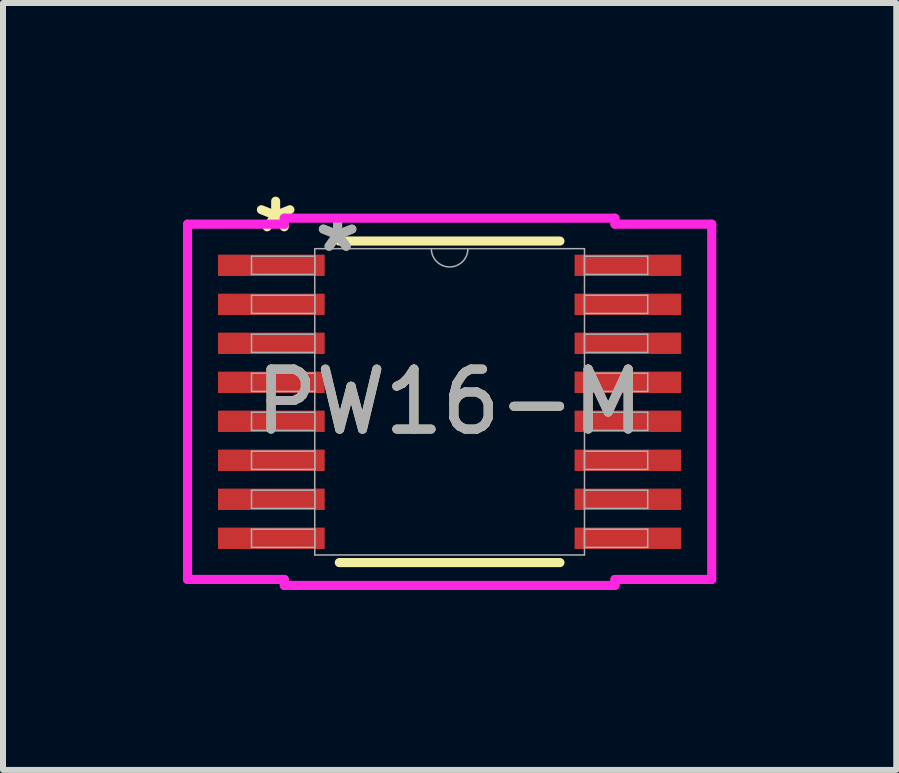
<source format=kicad_pcb>
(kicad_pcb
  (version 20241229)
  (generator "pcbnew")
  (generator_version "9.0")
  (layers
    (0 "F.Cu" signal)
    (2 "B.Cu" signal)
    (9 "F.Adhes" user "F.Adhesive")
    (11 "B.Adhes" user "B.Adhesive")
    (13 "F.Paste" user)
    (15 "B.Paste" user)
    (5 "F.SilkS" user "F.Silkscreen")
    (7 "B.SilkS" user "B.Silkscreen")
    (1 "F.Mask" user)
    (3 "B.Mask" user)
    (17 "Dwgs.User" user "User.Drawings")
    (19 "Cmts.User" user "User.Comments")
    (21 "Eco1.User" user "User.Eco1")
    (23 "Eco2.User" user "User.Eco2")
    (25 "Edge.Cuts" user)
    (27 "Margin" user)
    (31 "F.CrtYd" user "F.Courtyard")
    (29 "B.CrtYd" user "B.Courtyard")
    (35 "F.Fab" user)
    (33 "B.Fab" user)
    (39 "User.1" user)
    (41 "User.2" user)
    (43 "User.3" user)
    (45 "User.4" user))
  (footprint "PW16-M"
    (layer "F.Cu")
    (at 4.445 3.648)
    (property "Reference" "PW16-M" (at 0 0 0) (unlocked yes) (layer "F.SilkS") (effects (font (size 1 1) (thickness 0.15))))
    (attr smd allow_soldermask_bridges)
    (fp_line (start -1.839 2.68) (end 1.839 2.68) (stroke (width 0.152) (type solid)) (layer "F.SilkS"))
    (fp_line (start 1.839 -2.68) (end -1.839 -2.68) (stroke (width 0.152) (type solid)) (layer "F.SilkS"))
    (fp_line (start -4.369 -2.961) (end -2.756 -2.961) (stroke (width 0.152) (type solid)) (layer "F.CrtYd"))
    (fp_line (start -4.369 2.961) (end -4.369 -2.961) (stroke (width 0.152) (type solid)) (layer "F.CrtYd"))
    (fp_line (start -4.369 2.961) (end -2.756 2.961) (stroke (width 0.152) (type solid)) (layer "F.CrtYd"))
    (fp_line (start -2.756 -3.061) (end 2.756 -3.061) (stroke (width 0.152) (type solid)) (layer "F.CrtYd"))
    (fp_line (start -2.756 -2.961) (end -2.756 -3.061) (stroke (width 0.152) (type solid)) (layer "F.CrtYd"))
    (fp_line (start -2.756 3.061) (end -2.756 2.961) (stroke (width 0.152) (type solid)) (layer "F.CrtYd"))
    (fp_line (start 2.756 -3.061) (end 2.756 -2.961) (stroke (width 0.152) (type solid)) (layer "F.CrtYd"))
    (fp_line (start 2.756 2.961) (end 2.756 3.061) (stroke (width 0.152) (type solid)) (layer "F.CrtYd"))
    (fp_line (start 2.756 3.061) (end -2.756 3.061) (stroke (width 0.152) (type solid)) (layer "F.CrtYd"))
    (fp_line (start 4.369 -2.961) (end 2.756 -2.961) (stroke (width 0.152) (type solid)) (layer "F.CrtYd"))
    (fp_line (start 4.369 -2.961) (end 4.369 2.961) (stroke (width 0.152) (type solid)) (layer "F.CrtYd"))
    (fp_line (start 4.369 2.961) (end 2.756 2.961) (stroke (width 0.152) (type solid)) (layer "F.CrtYd"))
    (fp_line (start -3.302 -2.427) (end -3.302 -2.123) (stroke (width 0.025) (type solid)) (layer "F.Fab"))
    (fp_line (start -3.302 -2.123) (end -2.248 -2.123) (stroke (width 0.025) (type solid)) (layer "F.Fab"))
    (fp_line (start -3.302 -1.777) (end -3.302 -1.473) (stroke (width 0.025) (type solid)) (layer "F.Fab"))
    (fp_line (start -3.302 -1.473) (end -2.248 -1.473) (stroke (width 0.025) (type solid)) (layer "F.Fab"))
    (fp_line (start -3.302 -1.127) (end -3.302 -0.823) (stroke (width 0.025) (type solid)) (layer "F.Fab"))
    (fp_line (start -3.302 -0.823) (end -2.248 -0.823) (stroke (width 0.025) (type solid)) (layer "F.Fab"))
    (fp_line (start -3.302 -0.477) (end -3.302 -0.173) (stroke (width 0.025) (type solid)) (layer "F.Fab"))
    (fp_line (start -3.302 -0.173) (end -2.248 -0.173) (stroke (width 0.025) (type solid)) (layer "F.Fab"))
    (fp_line (start -3.302 0.173) (end -3.302 0.477) (stroke (width 0.025) (type solid)) (layer "F.Fab"))
    (fp_line (start -3.302 0.477) (end -2.248 0.477) (stroke (width 0.025) (type solid)) (layer "F.Fab"))
    (fp_line (start -3.302 0.823) (end -3.302 1.127) (stroke (width 0.025) (type solid)) (layer "F.Fab"))
    (fp_line (start -3.302 1.127) (end -2.248 1.127) (stroke (width 0.025) (type solid)) (layer "F.Fab"))
    (fp_line (start -3.302 1.473) (end -3.302 1.777) (stroke (width 0.025) (type solid)) (layer "F.Fab"))
    (fp_line (start -3.302 1.777) (end -2.248 1.777) (stroke (width 0.025) (type solid)) (layer "F.Fab"))
    (fp_line (start -3.302 2.123) (end -3.302 2.427) (stroke (width 0.025) (type solid)) (layer "F.Fab"))
    (fp_line (start -3.302 2.427) (end -2.248 2.427) (stroke (width 0.025) (type solid)) (layer "F.Fab"))
    (fp_line (start -2.248 -2.553) (end -2.248 2.553) (stroke (width 0.025) (type solid)) (layer "F.Fab"))
    (fp_line (start -2.248 -2.427) (end -3.302 -2.427) (stroke (width 0.025) (type solid)) (layer "F.Fab"))
    (fp_line (start -2.248 -2.123) (end -2.248 -2.427) (stroke (width 0.025) (type solid)) (layer "F.Fab"))
    (fp_line (start -2.248 -1.777) (end -3.302 -1.777) (stroke (width 0.025) (type solid)) (layer "F.Fab"))
    (fp_line (start -2.248 -1.473) (end -2.248 -1.777) (stroke (width 0.025) (type solid)) (layer "F.Fab"))
    (fp_line (start -2.248 -1.127) (end -3.302 -1.127) (stroke (width 0.025) (type solid)) (layer "F.Fab"))
    (fp_line (start -2.248 -0.823) (end -2.248 -1.127) (stroke (width 0.025) (type solid)) (layer "F.Fab"))
    (fp_line (start -2.248 -0.477) (end -3.302 -0.477) (stroke (width 0.025) (type solid)) (layer "F.Fab"))
    (fp_line (start -2.248 -0.173) (end -2.248 -0.477) (stroke (width 0.025) (type solid)) (layer "F.Fab"))
    (fp_line (start -2.248 0.173) (end -3.302 0.173) (stroke (width 0.025) (type solid)) (layer "F.Fab"))
    (fp_line (start -2.248 0.477) (end -2.248 0.173) (stroke (width 0.025) (type solid)) (layer "F.Fab"))
    (fp_line (start -2.248 0.823) (end -3.302 0.823) (stroke (width 0.025) (type solid)) (layer "F.Fab"))
    (fp_line (start -2.248 1.127) (end -2.248 0.823) (stroke (width 0.025) (type solid)) (layer "F.Fab"))
    (fp_line (start -2.248 1.473) (end -3.302 1.473) (stroke (width 0.025) (type solid)) (layer "F.Fab"))
    (fp_line (start -2.248 1.777) (end -2.248 1.473) (stroke (width 0.025) (type solid)) (layer "F.Fab"))
    (fp_line (start -2.248 2.123) (end -3.302 2.123) (stroke (width 0.025) (type solid)) (layer "F.Fab"))
    (fp_line (start -2.248 2.427) (end -2.248 2.123) (stroke (width 0.025) (type solid)) (layer "F.Fab"))
    (fp_line (start -2.248 2.553) (end 2.248 2.553) (stroke (width 0.025) (type solid)) (layer "F.Fab"))
    (fp_line (start 2.248 -2.553) (end -2.248 -2.553) (stroke (width 0.025) (type solid)) (layer "F.Fab"))
    (fp_line (start 2.248 -2.427) (end 2.248 -2.123) (stroke (width 0.025) (type solid)) (layer "F.Fab"))
    (fp_line (start 2.248 -2.123) (end 3.302 -2.123) (stroke (width 0.025) (type solid)) (layer "F.Fab"))
    (fp_line (start 2.248 -1.777) (end 2.248 -1.473) (stroke (width 0.025) (type solid)) (layer "F.Fab"))
    (fp_line (start 2.248 -1.473) (end 3.302 -1.473) (stroke (width 0.025) (type solid)) (layer "F.Fab"))
    (fp_line (start 2.248 -1.127) (end 2.248 -0.823) (stroke (width 0.025) (type solid)) (layer "F.Fab"))
    (fp_line (start 2.248 -0.823) (end 3.302 -0.823) (stroke (width 0.025) (type solid)) (layer "F.Fab"))
    (fp_line (start 2.248 -0.477) (end 2.248 -0.173) (stroke (width 0.025) (type solid)) (layer "F.Fab"))
    (fp_line (start 2.248 -0.173) (end 3.302 -0.173) (stroke (width 0.025) (type solid)) (layer "F.Fab"))
    (fp_line (start 2.248 0.173) (end 2.248 0.477) (stroke (width 0.025) (type solid)) (layer "F.Fab"))
    (fp_line (start 2.248 0.477) (end 3.302 0.477) (stroke (width 0.025) (type solid)) (layer "F.Fab"))
    (fp_line (start 2.248 0.823) (end 2.248 1.127) (stroke (width 0.025) (type solid)) (layer "F.Fab"))
    (fp_line (start 2.248 1.127) (end 3.302 1.127) (stroke (width 0.025) (type solid)) (layer "F.Fab"))
    (fp_line (start 2.248 1.473) (end 2.248 1.777) (stroke (width 0.025) (type solid)) (layer "F.Fab"))
    (fp_line (start 2.248 1.777) (end 3.302 1.777) (stroke (width 0.025) (type solid)) (layer "F.Fab"))
    (fp_line (start 2.248 2.123) (end 2.248 2.427) (stroke (width 0.025) (type solid)) (layer "F.Fab"))
    (fp_line (start 2.248 2.427) (end 3.302 2.427) (stroke (width 0.025) (type solid)) (layer "F.Fab"))
    (fp_line (start 2.248 2.553) (end 2.248 -2.553) (stroke (width 0.025) (type solid)) (layer "F.Fab"))
    (fp_line (start 3.302 -2.427) (end 2.248 -2.427) (stroke (width 0.025) (type solid)) (layer "F.Fab"))
    (fp_line (start 3.302 -2.123) (end 3.302 -2.427) (stroke (width 0.025) (type solid)) (layer "F.Fab"))
    (fp_line (start 3.302 -1.777) (end 2.248 -1.777) (stroke (width 0.025) (type solid)) (layer "F.Fab"))
    (fp_line (start 3.302 -1.473) (end 3.302 -1.777) (stroke (width 0.025) (type solid)) (layer "F.Fab"))
    (fp_line (start 3.302 -1.127) (end 2.248 -1.127) (stroke (width 0.025) (type solid)) (layer "F.Fab"))
    (fp_line (start 3.302 -0.823) (end 3.302 -1.127) (stroke (width 0.025) (type solid)) (layer "F.Fab"))
    (fp_line (start 3.302 -0.477) (end 2.248 -0.477) (stroke (width 0.025) (type solid)) (layer "F.Fab"))
    (fp_line (start 3.302 -0.173) (end 3.302 -0.477) (stroke (width 0.025) (type solid)) (layer "F.Fab"))
    (fp_line (start 3.302 0.173) (end 2.248 0.173) (stroke (width 0.025) (type solid)) (layer "F.Fab"))
    (fp_line (start 3.302 0.477) (end 3.302 0.173) (stroke (width 0.025) (type solid)) (layer "F.Fab"))
    (fp_line (start 3.302 0.823) (end 2.248 0.823) (stroke (width 0.025) (type solid)) (layer "F.Fab"))
    (fp_line (start 3.302 1.127) (end 3.302 0.823) (stroke (width 0.025) (type solid)) (layer "F.Fab"))
    (fp_line (start 3.302 1.473) (end 2.248 1.473) (stroke (width 0.025) (type solid)) (layer "F.Fab"))
    (fp_line (start 3.302 1.777) (end 3.302 1.473) (stroke (width 0.025) (type solid)) (layer "F.Fab"))
    (fp_line (start 3.302 2.123) (end 2.248 2.123) (stroke (width 0.025) (type solid)) (layer "F.Fab"))
    (fp_line (start 3.302 2.427) (end 3.302 2.123) (stroke (width 0.025) (type solid)) (layer "F.Fab"))
    (fp_arc (start 0.3048 -2.5527) (mid 0 -2.2479) (end -0.3048 -2.5527) (stroke (width 0.0254) (type solid)) (layer "F.Fab"))
    (fp_text user "*" (at -2.9 -2.8 0) (layer "F.SilkS") (effects (font (size 1 1) (thickness 0.15))))
    (fp_text user "*" (at -1.867 -2.477 0) (layer "F.Fab") (effects (font (size 1 1) (thickness 0.15))))
    (fp_text user "${REFERENCE}" (at 0 0 0) (unlocked yes) (layer "F.Fab") (effects (font (size 1 1) (thickness 0.15))))
    (fp_text user "*" (at -1.867 -2.477 0) (unlocked yes) (layer "F.Fab") (effects (font (size 1 1) (thickness 0.15))))
    (pad "1" smd rect (at -2.972 -2.275) (size 1.778 0.356) (layers "F.Cu" "F.Mask" "F.Paste"))
    (pad "2" smd rect (at -2.972 -1.625) (size 1.778 0.356) (layers "F.Cu" "F.Mask" "F.Paste"))
    (pad "3" smd rect (at -2.972 -0.975) (size 1.778 0.356) (layers "F.Cu" "F.Mask" "F.Paste"))
    (pad "4" smd rect (at -2.972 -0.325) (size 1.778 0.356) (layers "F.Cu" "F.Mask" "F.Paste"))
    (pad "5" smd rect (at -2.972 0.325) (size 1.778 0.356) (layers "F.Cu" "F.Mask" "F.Paste"))
    (pad "6" smd rect (at -2.972 0.975) (size 1.778 0.356) (layers "F.Cu" "F.Mask" "F.Paste"))
    (pad "7" smd rect (at -2.972 1.625) (size 1.778 0.356) (layers "F.Cu" "F.Mask" "F.Paste"))
    (pad "8" smd rect (at -2.972 2.275) (size 1.778 0.356) (layers "F.Cu" "F.Mask" "F.Paste"))
    (pad "9" smd rect (at 2.972 2.275) (size 1.778 0.356) (layers "F.Cu" "F.Mask" "F.Paste"))
    (pad "10" smd rect (at 2.972 1.625) (size 1.778 0.356) (layers "F.Cu" "F.Mask" "F.Paste"))
    (pad "11" smd rect (at 2.972 0.975) (size 1.778 0.356) (layers "F.Cu" "F.Mask" "F.Paste"))
    (pad "12" smd rect (at 2.972 0.325) (size 1.778 0.356) (layers "F.Cu" "F.Mask" "F.Paste"))
    (pad "13" smd rect (at 2.972 -0.325) (size 1.778 0.356) (layers "F.Cu" "F.Mask" "F.Paste"))
    (pad "14" smd rect (at 2.972 -0.975) (size 1.778 0.356) (layers "F.Cu" "F.Mask" "F.Paste"))
    (pad "15" smd rect (at 2.972 -1.625) (size 1.778 0.356) (layers "F.Cu" "F.Mask" "F.Paste"))
    (pad "16" smd rect (at 2.972 -2.275) (size 1.778 0.356) (layers "F.Cu" "F.Mask" "F.Paste")))
  (gr_rect
    (start -3 -3)
    (end 11.89 9.785)
    (stroke (width 0.1) (type default))
    (fill no)
    (layer "Edge.Cuts")))
</source>
